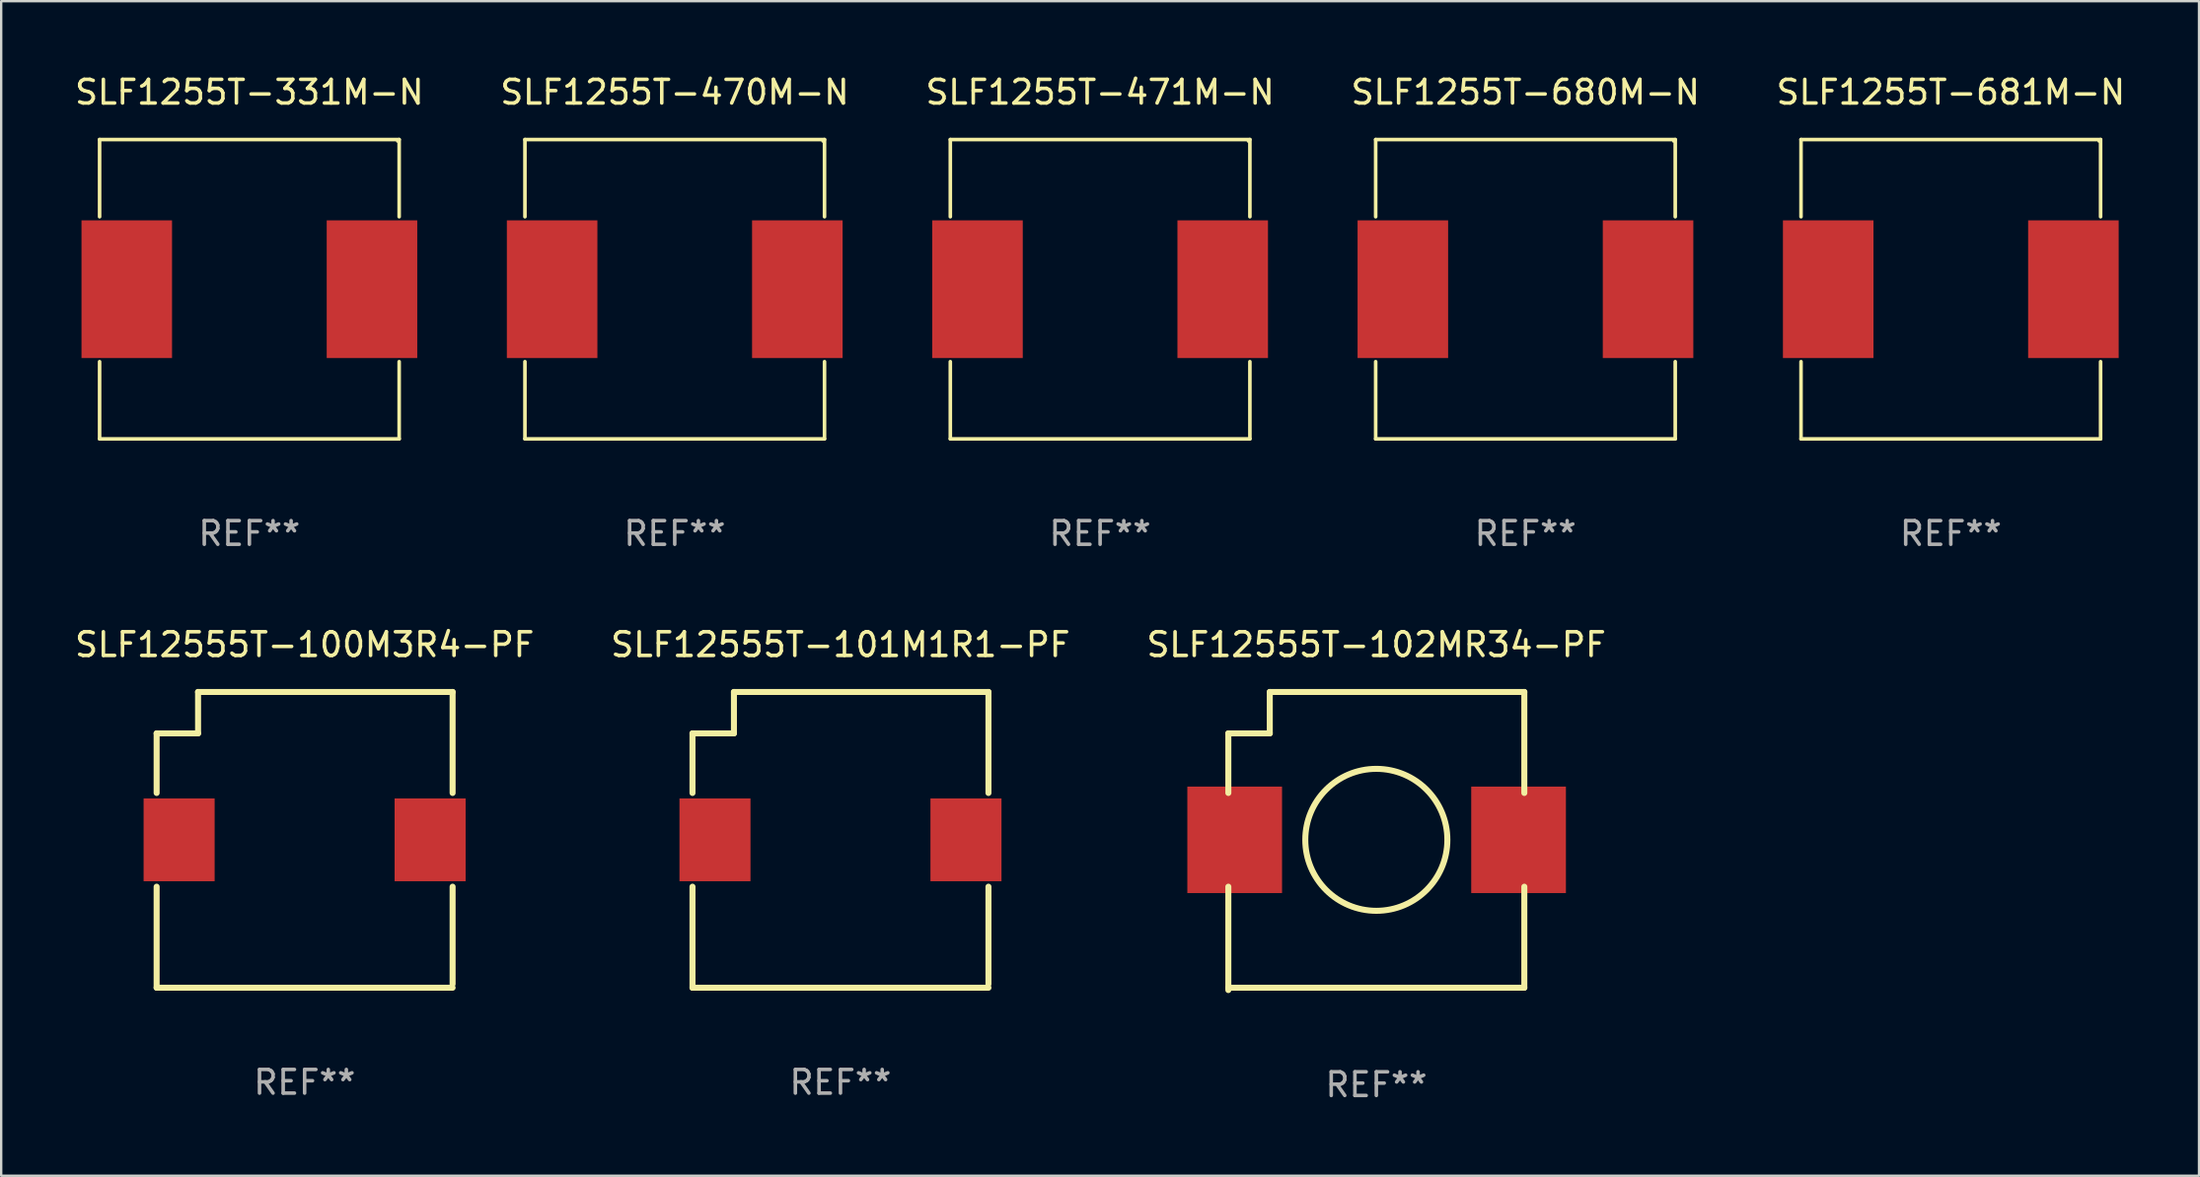
<source format=kicad_pcb>
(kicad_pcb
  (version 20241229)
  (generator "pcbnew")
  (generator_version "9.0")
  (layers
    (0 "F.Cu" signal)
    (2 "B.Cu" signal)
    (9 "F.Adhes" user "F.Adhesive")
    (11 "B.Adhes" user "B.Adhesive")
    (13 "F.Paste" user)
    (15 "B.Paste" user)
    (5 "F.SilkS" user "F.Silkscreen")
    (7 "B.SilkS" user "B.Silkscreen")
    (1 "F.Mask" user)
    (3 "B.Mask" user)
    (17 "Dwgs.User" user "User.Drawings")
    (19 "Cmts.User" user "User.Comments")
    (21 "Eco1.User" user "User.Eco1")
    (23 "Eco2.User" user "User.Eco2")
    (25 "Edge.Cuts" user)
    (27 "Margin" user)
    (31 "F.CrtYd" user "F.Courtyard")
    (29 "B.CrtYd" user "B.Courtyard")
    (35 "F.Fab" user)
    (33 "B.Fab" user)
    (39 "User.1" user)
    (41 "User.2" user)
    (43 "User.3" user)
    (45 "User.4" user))
  (footprint "SLF12555T-100M3R4-PF"
    (layer "F.Cu")
    (at 9.815 32.447)
    (property "Reference" "SLF12555T-100M3R4-PF" (at 0 -8.25 0) (layer "F.SilkS") (effects (font (size 1 1) (thickness 0.15))))
    (attr through_hole)
    (fp_line (start -6.25 -4.5) (end -6.25 -1.981) (stroke (width 0.254) (type solid)) (layer "F.SilkS"))
    (fp_line (start -6.25 -4.5) (end -4.5 -4.5) (stroke (width 0.254) (type solid)) (layer "F.SilkS"))
    (fp_line (start -6.25 1.981) (end -6.25 6.25) (stroke (width 0.254) (type solid)) (layer "F.SilkS"))
    (fp_line (start -6.25 6.25) (end 6.25 6.25) (stroke (width 0.254) (type solid)) (layer "F.SilkS"))
    (fp_line (start -4.5 -6.25) (end 6.25 -6.25) (stroke (width 0.254) (type solid)) (layer "F.SilkS"))
    (fp_line (start -4.5 -4.5) (end -4.5 -6.25) (stroke (width 0.254) (type solid)) (layer "F.SilkS"))
    (fp_line (start 6.25 -6.25) (end 6.25 -1.981) (stroke (width 0.254) (type solid)) (layer "F.SilkS"))
    (fp_line (start 6.25 1.981) (end 6.25 6.096) (stroke (width 0.254) (type solid)) (layer "F.SilkS"))
    (fp_circle (center -6.25 6.25) (end -6.22 6.25) (stroke (width 0.06) (type solid)) (fill no) (layer "F.SilkS"))
    (fp_text user "REF**" (at 0 10.25 0) (layer "F.Fab") (effects (font (size 1 1) (thickness 0.15))))
    (pad "1" smd rect (at -5.3 0) (size 3 3.5) (layers "F.Cu" "F.Mask" "F.Paste"))
    (pad "2" smd rect (at 5.3 0) (size 3 3.5) (layers "F.Cu" "F.Mask" "F.Paste")))
  (footprint "SLF12555T-101M1R1-PF"
    (layer "F.Cu")
    (at 32.446 32.447)
    (property "Reference" "SLF12555T-101M1R1-PF" (at 0 -8.25 0) (layer "F.SilkS") (effects (font (size 1 1) (thickness 0.15))))
    (attr through_hole)
    (fp_line (start -6.25 -4.5) (end -6.25 -1.981) (stroke (width 0.254) (type solid)) (layer "F.SilkS"))
    (fp_line (start -6.25 -4.5) (end -4.5 -4.5) (stroke (width 0.254) (type solid)) (layer "F.SilkS"))
    (fp_line (start -6.25 1.981) (end -6.25 6.25) (stroke (width 0.254) (type solid)) (layer "F.SilkS"))
    (fp_line (start -6.25 6.25) (end 6.25 6.25) (stroke (width 0.254) (type solid)) (layer "F.SilkS"))
    (fp_line (start -4.5 -6.25) (end 6.25 -6.25) (stroke (width 0.254) (type solid)) (layer "F.SilkS"))
    (fp_line (start -4.5 -4.5) (end -4.5 -6.25) (stroke (width 0.254) (type solid)) (layer "F.SilkS"))
    (fp_line (start 6.25 -6.25) (end 6.25 -1.981) (stroke (width 0.254) (type solid)) (layer "F.SilkS"))
    (fp_line (start 6.25 1.981) (end 6.25 6.096) (stroke (width 0.254) (type solid)) (layer "F.SilkS"))
    (fp_circle (center -6.25 6.25) (end -6.22 6.25) (stroke (width 0.06) (type solid)) (fill no) (layer "F.SilkS"))
    (fp_text user "REF**" (at 0 10.25 0) (layer "F.Fab") (effects (font (size 1 1) (thickness 0.15))))
    (pad "1" smd rect (at -5.3 0) (size 3 3.5) (layers "F.Cu" "F.Mask" "F.Paste"))
    (pad "2" smd rect (at 5.3 0) (size 3 3.5) (layers "F.Cu" "F.Mask" "F.Paste")))
  (footprint "SLF12555T-102MR34-PF"
    (layer "F.Cu")
    (at 55.077 32.497)
    (property "Reference" "SLF12555T-102MR34-PF" (at 0 -8.3 0) (layer "F.SilkS") (effects (font (size 1 1) (thickness 0.15))))
    (attr through_hole)
    (fp_line (start -6.25 -4.55) (end -6.25 -2.031) (stroke (width 0.254) (type solid)) (layer "F.SilkS"))
    (fp_line (start -6.25 -4.55) (end -4.5 -4.55) (stroke (width 0.254) (type solid)) (layer "F.SilkS"))
    (fp_line (start -6.25 1.931) (end -6.25 6.3) (stroke (width 0.254) (type solid)) (layer "F.SilkS"))
    (fp_line (start -6.25 6.2) (end 6.25 6.2) (stroke (width 0.254) (type solid)) (layer "F.SilkS"))
    (fp_line (start -4.5 -6.3) (end 6.25 -6.3) (stroke (width 0.254) (type solid)) (layer "F.SilkS"))
    (fp_line (start -4.5 -4.55) (end -4.5 -6.3) (stroke (width 0.254) (type solid)) (layer "F.SilkS"))
    (fp_line (start 6.25 -6.3) (end 6.25 -2.031) (stroke (width 0.254) (type solid)) (layer "F.SilkS"))
    (fp_line (start 6.25 1.931) (end 6.25 6.2) (stroke (width 0.254) (type solid)) (layer "F.SilkS"))
    (fp_circle (center -6.237 6.2) (end -6.207 6.2) (stroke (width 0.06) (type solid)) (fill no) (layer "F.SilkS"))
    (fp_circle (center 0 -0.05) (end 3 -0.05) (stroke (width 0.254) (type solid)) (fill no) (layer "F.SilkS"))
    (fp_text user "REF**" (at 0 10.3 0) (layer "F.Fab") (effects (font (size 1 1) (thickness 0.15))))
    (pad "1" smd rect (at -5.982 -0.05) (size 4 4.5) (layers "F.Cu" "F.Mask" "F.Paste"))
    (pad "2" smd rect (at 6.007 -0.05) (size 4 4.5) (layers "F.Cu" "F.Mask" "F.Paste")))
  (footprint "SLF1255T-331M-N"
    (layer "F.Cu")
    (at 7.482 9.174)
    (property "Reference" "SLF1255T-331M-N" (at 0 -8.326 0) (layer "F.SilkS") (effects (font (size 1 1) (thickness 0.15))))
    (attr through_hole)
    (fp_line (start -6.326 -6.326) (end 6.326 -6.326) (stroke (width 0.152) (type solid)) (layer "F.SilkS"))
    (fp_line (start -6.326 -3.062) (end -6.326 -6.326) (stroke (width 0.152) (type solid)) (layer "F.SilkS"))
    (fp_line (start -6.326 3.062) (end -6.326 6.326) (stroke (width 0.152) (type solid)) (layer "F.SilkS"))
    (fp_line (start -6.326 6.326) (end 6.326 6.326) (stroke (width 0.152) (type solid)) (layer "F.SilkS"))
    (fp_line (start 6.326 -6.326) (end 6.326 -3.062) (stroke (width 0.152) (type solid)) (layer "F.SilkS"))
    (fp_line (start 6.326 6.326) (end 6.326 3.062) (stroke (width 0.152) (type solid)) (layer "F.SilkS"))
    (fp_circle (center 6.25 -6.25) (end 6.28 -6.25) (stroke (width 0.06) (type solid)) (fill no) (layer "F.SilkS"))
    (fp_text user "REF**" (at 0 10.326 0) (layer "F.Fab") (effects (font (size 1 1) (thickness 0.15))))
    (pad "1" smd rect (at 5.178 0) (size 3.824 5.82) (layers "F.Cu" "F.Mask" "F.Paste"))
    (pad "2" smd rect (at -5.178 0) (size 3.824 5.82) (layers "F.Cu" "F.Mask" "F.Paste")))
  (footprint "SLF1255T-681M-N"
    (layer "F.Cu")
    (at 79.339 9.174)
    (property "Reference" "SLF1255T-681M-N" (at 0 -8.326 0) (layer "F.SilkS") (effects (font (size 1 1) (thickness 0.15))))
    (attr through_hole)
    (fp_line (start -6.326 -6.326) (end 6.326 -6.326) (stroke (width 0.152) (type solid)) (layer "F.SilkS"))
    (fp_line (start -6.326 -3.062) (end -6.326 -6.326) (stroke (width 0.152) (type solid)) (layer "F.SilkS"))
    (fp_line (start -6.326 3.062) (end -6.326 6.326) (stroke (width 0.152) (type solid)) (layer "F.SilkS"))
    (fp_line (start -6.326 6.326) (end 6.326 6.326) (stroke (width 0.152) (type solid)) (layer "F.SilkS"))
    (fp_line (start 6.326 -6.326) (end 6.326 -3.062) (stroke (width 0.152) (type solid)) (layer "F.SilkS"))
    (fp_line (start 6.326 6.326) (end 6.326 3.062) (stroke (width 0.152) (type solid)) (layer "F.SilkS"))
    (fp_circle (center 6.25 -6.25) (end 6.28 -6.25) (stroke (width 0.06) (type solid)) (fill no) (layer "F.SilkS"))
    (fp_text user "REF**" (at 0 10.326 0) (layer "F.Fab") (effects (font (size 1 1) (thickness 0.15))))
    (pad "1" smd rect (at 5.178 0) (size 3.824 5.82) (layers "F.Cu" "F.Mask" "F.Paste"))
    (pad "2" smd rect (at -5.178 0) (size 3.824 5.82) (layers "F.Cu" "F.Mask" "F.Paste")))
  (footprint "SLF1255T-471M-N"
    (layer "F.Cu")
    (at 43.411 9.174)
    (property "Reference" "SLF1255T-471M-N" (at 0 -8.326 0) (layer "F.SilkS") (effects (font (size 1 1) (thickness 0.15))))
    (attr through_hole)
    (fp_line (start -6.326 -6.326) (end 6.326 -6.326) (stroke (width 0.152) (type solid)) (layer "F.SilkS"))
    (fp_line (start -6.326 -3.062) (end -6.326 -6.326) (stroke (width 0.152) (type solid)) (layer "F.SilkS"))
    (fp_line (start -6.326 3.062) (end -6.326 6.326) (stroke (width 0.152) (type solid)) (layer "F.SilkS"))
    (fp_line (start -6.326 6.326) (end 6.326 6.326) (stroke (width 0.152) (type solid)) (layer "F.SilkS"))
    (fp_line (start 6.326 -6.326) (end 6.326 -3.062) (stroke (width 0.152) (type solid)) (layer "F.SilkS"))
    (fp_line (start 6.326 6.326) (end 6.326 3.062) (stroke (width 0.152) (type solid)) (layer "F.SilkS"))
    (fp_circle (center 6.25 -6.25) (end 6.28 -6.25) (stroke (width 0.06) (type solid)) (fill no) (layer "F.SilkS"))
    (fp_text user "REF**" (at 0 10.326 0) (layer "F.Fab") (effects (font (size 1 1) (thickness 0.15))))
    (pad "1" smd rect (at 5.178 0) (size 3.824 5.82) (layers "F.Cu" "F.Mask" "F.Paste"))
    (pad "2" smd rect (at -5.178 0) (size 3.824 5.82) (layers "F.Cu" "F.Mask" "F.Paste")))
  (footprint "SLF1255T-680M-N"
    (layer "F.Cu")
    (at 61.375 9.174)
    (property "Reference" "SLF1255T-680M-N" (at 0 -8.326 0) (layer "F.SilkS") (effects (font (size 1 1) (thickness 0.15))))
    (attr through_hole)
    (fp_line (start -6.326 -6.326) (end 6.326 -6.326) (stroke (width 0.152) (type solid)) (layer "F.SilkS"))
    (fp_line (start -6.326 -3.062) (end -6.326 -6.326) (stroke (width 0.152) (type solid)) (layer "F.SilkS"))
    (fp_line (start -6.326 3.062) (end -6.326 6.326) (stroke (width 0.152) (type solid)) (layer "F.SilkS"))
    (fp_line (start -6.326 6.326) (end 6.326 6.326) (stroke (width 0.152) (type solid)) (layer "F.SilkS"))
    (fp_line (start 6.326 -6.326) (end 6.326 -3.062) (stroke (width 0.152) (type solid)) (layer "F.SilkS"))
    (fp_line (start 6.326 6.326) (end 6.326 3.062) (stroke (width 0.152) (type solid)) (layer "F.SilkS"))
    (fp_circle (center 6.25 -6.25) (end 6.28 -6.25) (stroke (width 0.06) (type solid)) (fill no) (layer "F.SilkS"))
    (fp_text user "REF**" (at 0 10.326 0) (layer "F.Fab") (effects (font (size 1 1) (thickness 0.15))))
    (pad "1" smd rect (at 5.178 0) (size 3.824 5.82) (layers "F.Cu" "F.Mask" "F.Paste"))
    (pad "2" smd rect (at -5.178 0) (size 3.824 5.82) (layers "F.Cu" "F.Mask" "F.Paste")))
  (footprint "SLF1255T-470M-N"
    (layer "F.Cu")
    (at 25.446 9.174)
    (property "Reference" "SLF1255T-470M-N" (at 0 -8.326 0) (layer "F.SilkS") (effects (font (size 1 1) (thickness 0.15))))
    (attr through_hole)
    (fp_line (start -6.326 -6.326) (end 6.326 -6.326) (stroke (width 0.152) (type solid)) (layer "F.SilkS"))
    (fp_line (start -6.326 -3.062) (end -6.326 -6.326) (stroke (width 0.152) (type solid)) (layer "F.SilkS"))
    (fp_line (start -6.326 3.062) (end -6.326 6.326) (stroke (width 0.152) (type solid)) (layer "F.SilkS"))
    (fp_line (start -6.326 6.326) (end 6.326 6.326) (stroke (width 0.152) (type solid)) (layer "F.SilkS"))
    (fp_line (start 6.326 -6.326) (end 6.326 -3.062) (stroke (width 0.152) (type solid)) (layer "F.SilkS"))
    (fp_line (start 6.326 6.326) (end 6.326 3.062) (stroke (width 0.152) (type solid)) (layer "F.SilkS"))
    (fp_circle (center 6.25 -6.25) (end 6.28 -6.25) (stroke (width 0.06) (type solid)) (fill no) (layer "F.SilkS"))
    (fp_text user "REF**" (at 0 10.326 0) (layer "F.Fab") (effects (font (size 1 1) (thickness 0.15))))
    (pad "1" smd rect (at 5.178 0) (size 3.824 5.82) (layers "F.Cu" "F.Mask" "F.Paste"))
    (pad "2" smd rect (at -5.178 0) (size 3.824 5.82) (layers "F.Cu" "F.Mask" "F.Paste")))
  (gr_rect
    (start -3 -3)
    (end 89.821 46.645)
    (stroke (width 0.1) (type default))
    (fill no)
    (layer "Edge.Cuts")))
</source>
